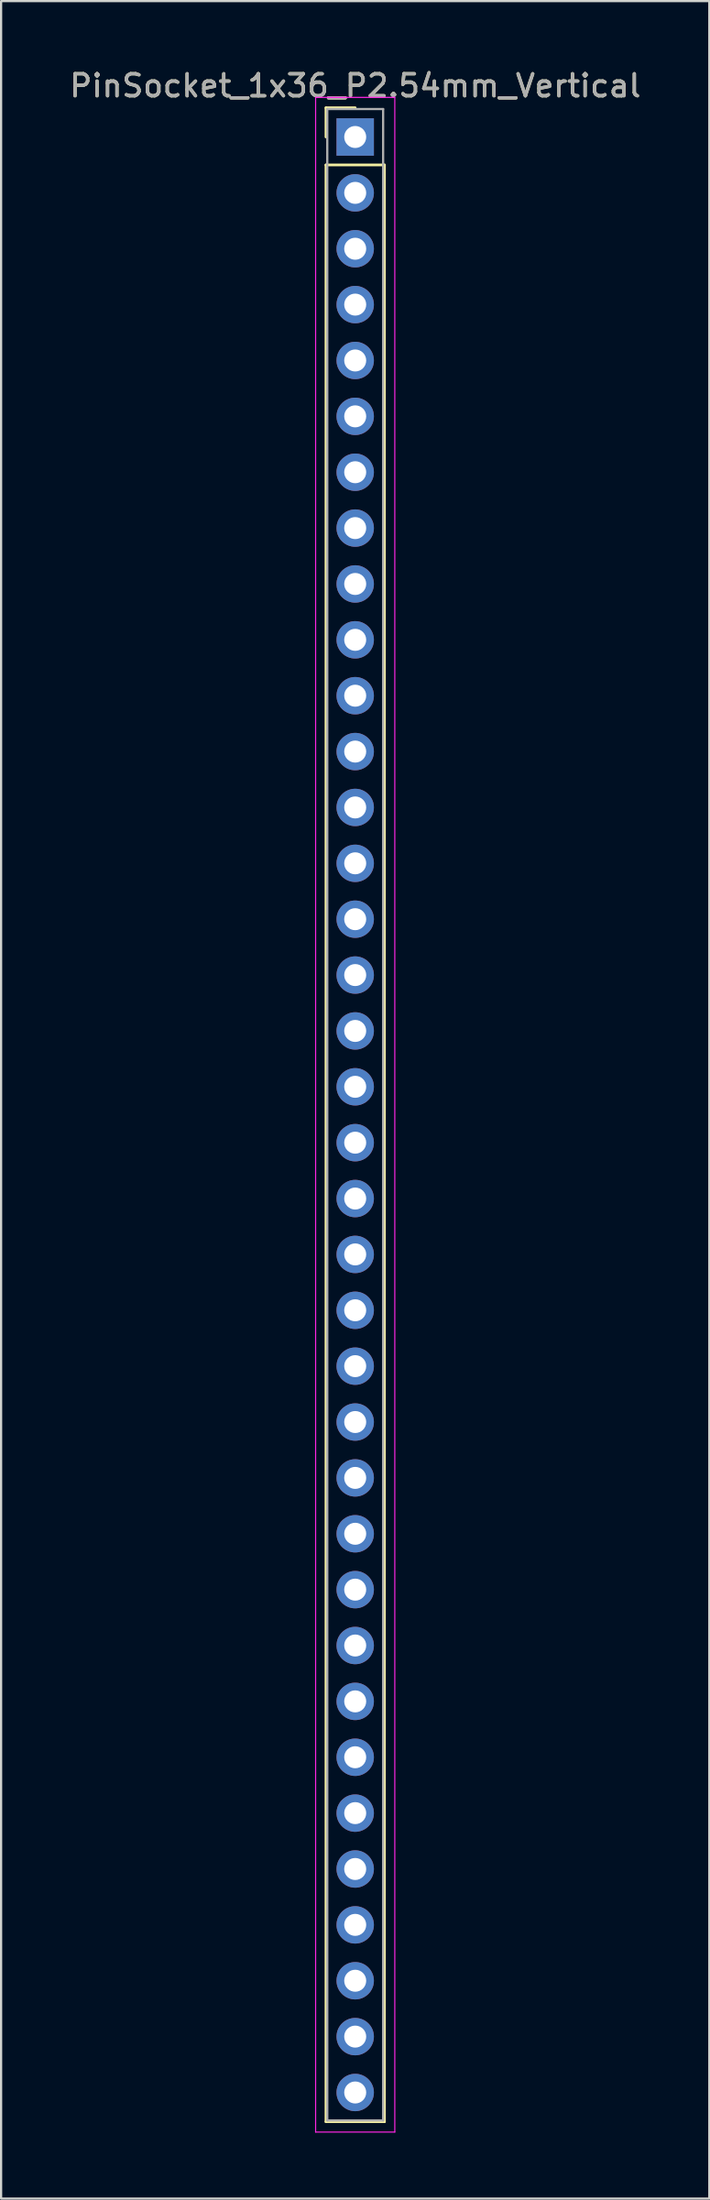
<source format=kicad_pcb>
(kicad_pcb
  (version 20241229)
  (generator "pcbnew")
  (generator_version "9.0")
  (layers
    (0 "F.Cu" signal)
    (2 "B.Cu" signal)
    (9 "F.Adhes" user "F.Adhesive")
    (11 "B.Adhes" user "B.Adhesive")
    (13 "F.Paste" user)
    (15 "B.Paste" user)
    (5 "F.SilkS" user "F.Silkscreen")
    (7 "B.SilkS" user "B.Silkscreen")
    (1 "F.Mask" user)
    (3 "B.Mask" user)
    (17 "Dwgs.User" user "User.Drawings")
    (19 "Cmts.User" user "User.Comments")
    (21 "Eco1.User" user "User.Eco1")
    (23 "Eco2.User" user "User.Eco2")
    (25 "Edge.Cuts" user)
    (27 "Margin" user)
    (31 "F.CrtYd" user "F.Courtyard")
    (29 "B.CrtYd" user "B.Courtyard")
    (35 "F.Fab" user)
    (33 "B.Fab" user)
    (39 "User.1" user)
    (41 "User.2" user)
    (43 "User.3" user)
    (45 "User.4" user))
  (footprint "PinSocket_1x36_P2.54mm_Vertical"
    (layer "F.Cu")
    (at 13.101 3.178)
    (property "Reference" "PinSocket_1x36_P2.54mm_Vertical" (at 0 -2.33 0) (layer "F.SilkS") (effects (font (size 1 1) (thickness 0.15))))
    (attr through_hole)
    (fp_line (start -1.33 -1.33) (end 0 -1.33) (stroke (width 0.12) (type solid)) (layer "F.SilkS"))
    (fp_line (start -1.33 0) (end -1.33 -1.33) (stroke (width 0.12) (type solid)) (layer "F.SilkS"))
    (fp_line (start -1.33 1.27) (end -1.33 90.23) (stroke (width 0.12) (type solid)) (layer "F.SilkS"))
    (fp_line (start -1.33 90.23) (end 1.33 90.23) (stroke (width 0.12) (type solid)) (layer "F.SilkS"))
    (fp_line (start 1.33 1.27) (end -1.33 1.27) (stroke (width 0.12) (type solid)) (layer "F.SilkS"))
    (fp_line (start 1.33 90.23) (end 1.33 1.27) (stroke (width 0.12) (type solid)) (layer "F.SilkS"))
    (fp_line (start -1.8 -1.8) (end -1.8 90.7) (stroke (width 0.05) (type solid)) (layer "F.CrtYd"))
    (fp_line (start -1.8 90.7) (end 1.8 90.7) (stroke (width 0.05) (type solid)) (layer "F.CrtYd"))
    (fp_line (start 1.8 -1.8) (end -1.8 -1.8) (stroke (width 0.05) (type solid)) (layer "F.CrtYd"))
    (fp_line (start 1.8 90.7) (end 1.8 -1.8) (stroke (width 0.05) (type solid)) (layer "F.CrtYd"))
    (fp_line (start -1.27 -1.27) (end -1.27 90.17) (stroke (width 0.1) (type solid)) (layer "F.Fab"))
    (fp_line (start -1.27 90.17) (end 1.27 90.17) (stroke (width 0.1) (type solid)) (layer "F.Fab"))
    (fp_line (start 1.27 -1.27) (end -1.27 -1.27) (stroke (width 0.1) (type solid)) (layer "F.Fab"))
    (fp_line (start 1.27 90.17) (end 1.27 -1.27) (stroke (width 0.1) (type solid)) (layer "F.Fab"))
    (fp_text user "${REFERENCE}" (at 0 -2.33 0) (layer "F.Fab") (effects (font (size 1 1) (thickness 0.15))))
    (pad "1" thru_hole rect (at 0 0) (size 1.7 1.7) (drill 1) (layers "*.Cu" "*.Mask"))
    (pad "2" thru_hole oval (at 0 2.54) (size 1.7 1.7) (drill 1) (layers "*.Cu" "*.Mask"))
    (pad "3" thru_hole oval (at 0 5.08) (size 1.7 1.7) (drill 1) (layers "*.Cu" "*.Mask"))
    (pad "4" thru_hole oval (at 0 7.62) (size 1.7 1.7) (drill 1) (layers "*.Cu" "*.Mask"))
    (pad "5" thru_hole oval (at 0 10.16) (size 1.7 1.7) (drill 1) (layers "*.Cu" "*.Mask"))
    (pad "6" thru_hole oval (at 0 12.7) (size 1.7 1.7) (drill 1) (layers "*.Cu" "*.Mask"))
    (pad "7" thru_hole oval (at 0 15.24) (size 1.7 1.7) (drill 1) (layers "*.Cu" "*.Mask"))
    (pad "8" thru_hole oval (at 0 17.78) (size 1.7 1.7) (drill 1) (layers "*.Cu" "*.Mask"))
    (pad "9" thru_hole oval (at 0 20.32) (size 1.7 1.7) (drill 1) (layers "*.Cu" "*.Mask"))
    (pad "10" thru_hole oval (at 0 22.86) (size 1.7 1.7) (drill 1) (layers "*.Cu" "*.Mask"))
    (pad "11" thru_hole oval (at 0 25.4) (size 1.7 1.7) (drill 1) (layers "*.Cu" "*.Mask"))
    (pad "12" thru_hole oval (at 0 27.94) (size 1.7 1.7) (drill 1) (layers "*.Cu" "*.Mask"))
    (pad "13" thru_hole oval (at 0 30.48) (size 1.7 1.7) (drill 1) (layers "*.Cu" "*.Mask"))
    (pad "14" thru_hole oval (at 0 33.02) (size 1.7 1.7) (drill 1) (layers "*.Cu" "*.Mask"))
    (pad "15" thru_hole oval (at 0 35.56) (size 1.7 1.7) (drill 1) (layers "*.Cu" "*.Mask"))
    (pad "16" thru_hole oval (at 0 38.1) (size 1.7 1.7) (drill 1) (layers "*.Cu" "*.Mask"))
    (pad "17" thru_hole oval (at 0 40.64) (size 1.7 1.7) (drill 1) (layers "*.Cu" "*.Mask"))
    (pad "18" thru_hole oval (at 0 43.18) (size 1.7 1.7) (drill 1) (layers "*.Cu" "*.Mask"))
    (pad "19" thru_hole oval (at 0 45.72) (size 1.7 1.7) (drill 1) (layers "*.Cu" "*.Mask"))
    (pad "20" thru_hole oval (at 0 48.26) (size 1.7 1.7) (drill 1) (layers "*.Cu" "*.Mask"))
    (pad "21" thru_hole oval (at 0 50.8) (size 1.7 1.7) (drill 1) (layers "*.Cu" "*.Mask"))
    (pad "22" thru_hole oval (at 0 53.34) (size 1.7 1.7) (drill 1) (layers "*.Cu" "*.Mask"))
    (pad "23" thru_hole oval (at 0 55.88) (size 1.7 1.7) (drill 1) (layers "*.Cu" "*.Mask"))
    (pad "24" thru_hole oval (at 0 58.42) (size 1.7 1.7) (drill 1) (layers "*.Cu" "*.Mask"))
    (pad "25" thru_hole oval (at 0 60.96) (size 1.7 1.7) (drill 1) (layers "*.Cu" "*.Mask"))
    (pad "26" thru_hole oval (at 0 63.5) (size 1.7 1.7) (drill 1) (layers "*.Cu" "*.Mask"))
    (pad "27" thru_hole oval (at 0 66.04) (size 1.7 1.7) (drill 1) (layers "*.Cu" "*.Mask"))
    (pad "28" thru_hole oval (at 0 68.58) (size 1.7 1.7) (drill 1) (layers "*.Cu" "*.Mask"))
    (pad "29" thru_hole oval (at 0 71.12) (size 1.7 1.7) (drill 1) (layers "*.Cu" "*.Mask"))
    (pad "30" thru_hole oval (at 0 73.66) (size 1.7 1.7) (drill 1) (layers "*.Cu" "*.Mask"))
    (pad "31" thru_hole oval (at 0 76.2) (size 1.7 1.7) (drill 1) (layers "*.Cu" "*.Mask"))
    (pad "32" thru_hole oval (at 0 78.74) (size 1.7 1.7) (drill 1) (layers "*.Cu" "*.Mask"))
    (pad "33" thru_hole oval (at 0 81.28) (size 1.7 1.7) (drill 1) (layers "*.Cu" "*.Mask"))
    (pad "34" thru_hole oval (at 0 83.82) (size 1.7 1.7) (drill 1) (layers "*.Cu" "*.Mask"))
    (pad "35" thru_hole oval (at 0 86.36) (size 1.7 1.7) (drill 1) (layers "*.Cu" "*.Mask"))
    (pad "36" thru_hole oval (at 0 88.9) (size 1.7 1.7) (drill 1) (layers "*.Cu" "*.Mask")))
  (gr_rect
    (start -3 -3)
    (end 29.202 96.903)
    (stroke (width 0.1) (type default))
    (fill no)
    (layer "Edge.Cuts")))
</source>
